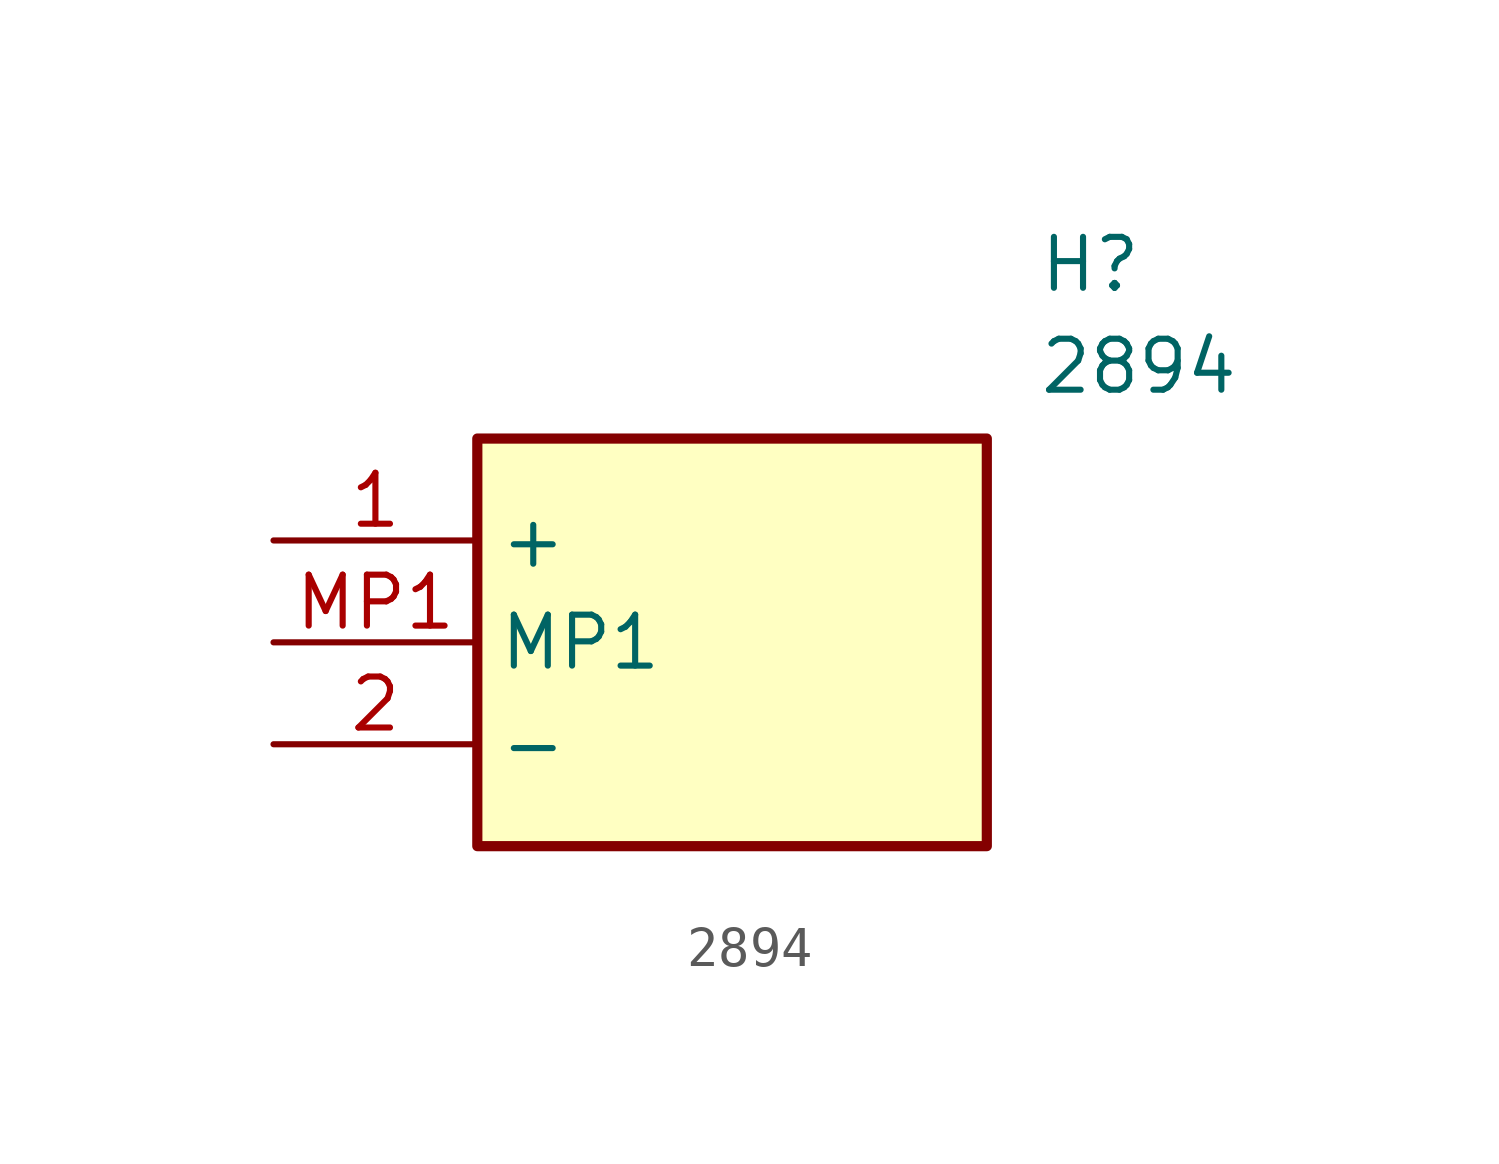
<source format=kicad_sym>
(kicad_symbol_lib
  (version 20211014)
  (generator SamacSys_ECAD_Model)
  (symbol "2894"
    (property "Reference" "H"
      (at 19.05 7.62 0)
      (effects (font (size 1.27 1.27)) (justify left top)))
    (property "Value" "2894"
      (at 19.05 5.08 0)
      (effects (font (size 1.27 1.27)) (justify left top)))
    (rectangle
      (start 5.08 2.54)
      (end 17.78 -7.62)
      (stroke (width 0.254) (type default))
      (fill (type background)))
    (pin passive line
      (at 0 0 0)
      (length 5.08)
      (name "+" (effects (font (size 1.27 1.27))))
      (number "1" (effects (font (size 1.27 1.27)))))
    (pin passive line
      (at 0 -5.08 0)
      (length 5.08)
      (name "-" (effects (font (size 1.27 1.27))))
      (number "2" (effects (font (size 1.27 1.27)))))
    (pin passive line
      (at 0 -2.54 0)
      (length 5.08)
      (name "MP1" (effects (font (size 1.27 1.27))))
      (number "MP1" (effects (font (size 1.27 1.27)))))))
</source>
